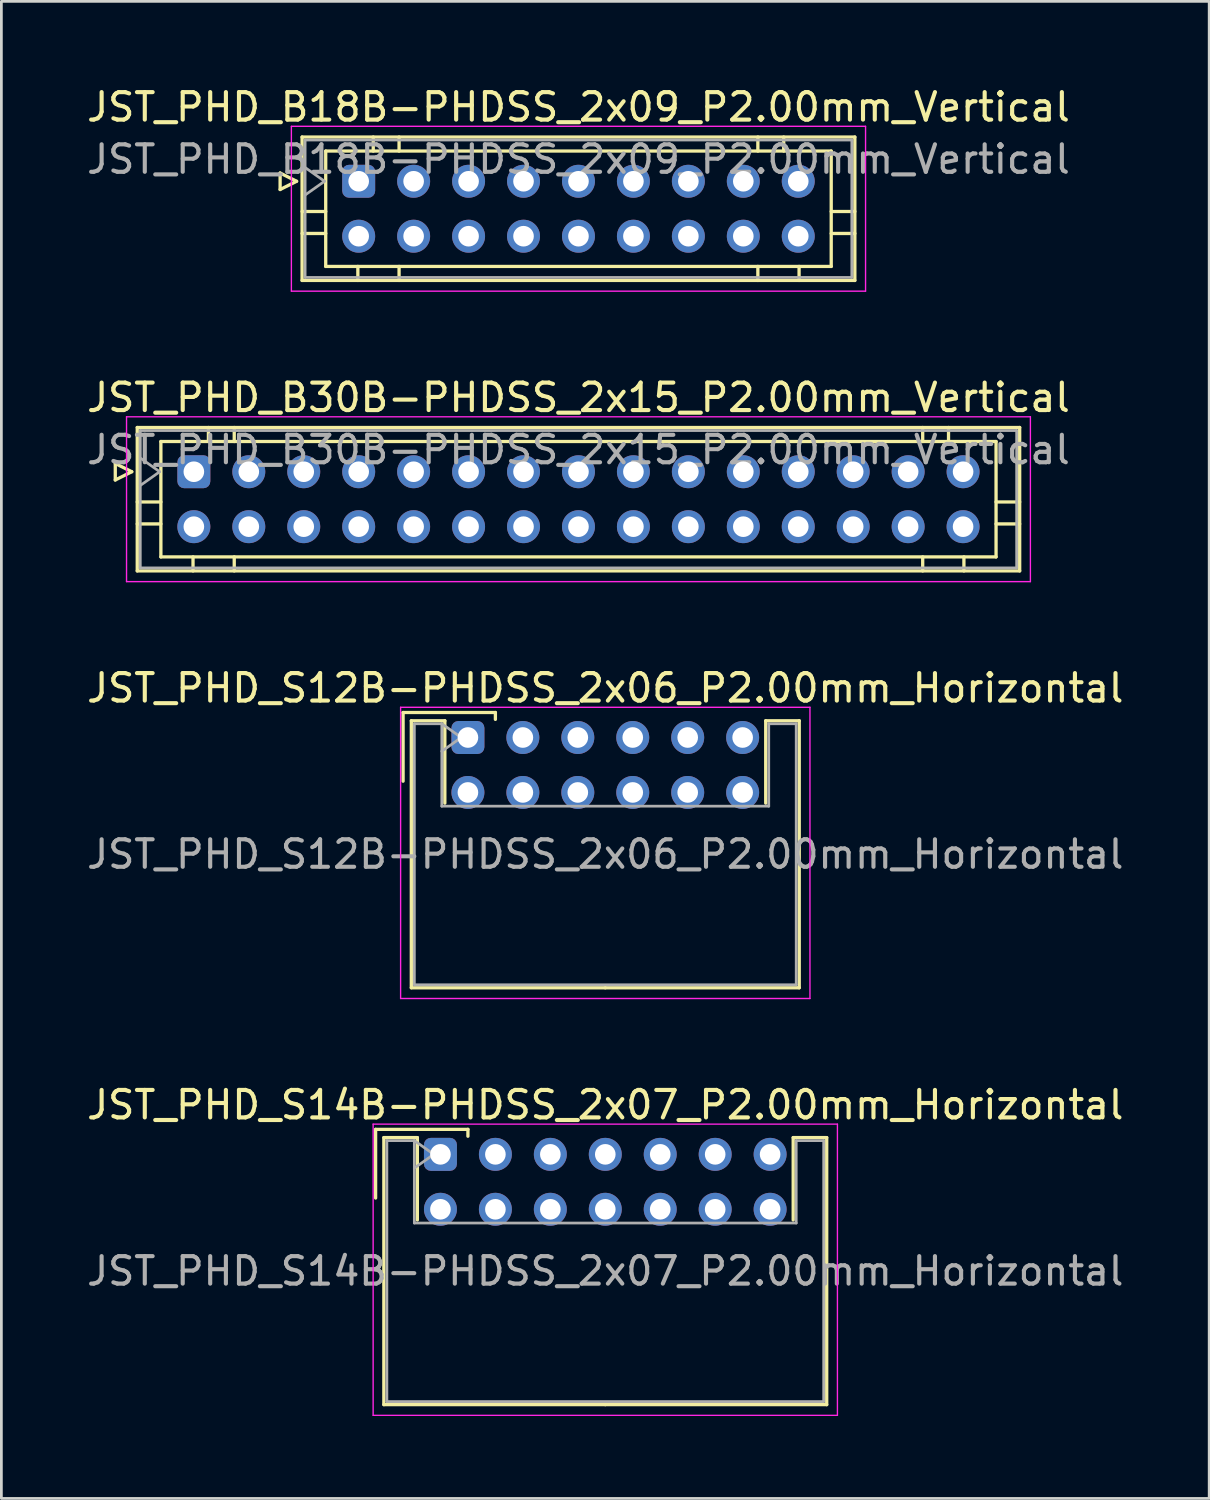
<source format=kicad_pcb>
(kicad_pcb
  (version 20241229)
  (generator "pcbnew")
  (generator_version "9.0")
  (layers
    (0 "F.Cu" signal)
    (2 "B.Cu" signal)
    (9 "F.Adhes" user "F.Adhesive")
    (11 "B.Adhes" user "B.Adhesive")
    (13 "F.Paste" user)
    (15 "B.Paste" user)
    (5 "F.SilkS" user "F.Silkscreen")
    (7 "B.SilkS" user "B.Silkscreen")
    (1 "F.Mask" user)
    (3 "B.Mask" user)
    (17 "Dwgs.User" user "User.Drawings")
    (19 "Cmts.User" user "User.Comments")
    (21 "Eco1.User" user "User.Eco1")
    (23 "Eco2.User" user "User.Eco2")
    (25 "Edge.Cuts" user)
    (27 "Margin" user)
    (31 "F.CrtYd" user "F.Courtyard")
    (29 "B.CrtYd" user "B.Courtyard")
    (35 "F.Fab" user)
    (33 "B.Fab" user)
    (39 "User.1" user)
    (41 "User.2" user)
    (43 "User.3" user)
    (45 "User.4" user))
  (footprint "JST_PHD_B18B-PHDSS_2x09_P2.00mm_Vertical"
    (layer "F.Cu")
    (at 10.006 3.548)
    (property "Reference" "JST_PHD_B18B-PHDSS_2x09_P2.00mm_Vertical" (at 8 -2.7 0) (layer "F.SilkS") (effects (font (size 1 1) (thickness 0.15))))
    (attr through_hole)
    (fp_line (start -2.86 -0.3) (end -2.26 0) (stroke (width 0.12) (type solid)) (layer "F.SilkS"))
    (fp_line (start -2.86 0.3) (end -2.86 -0.3) (stroke (width 0.12) (type solid)) (layer "F.SilkS"))
    (fp_line (start -2.26 0) (end -2.86 0.3) (stroke (width 0.12) (type solid)) (layer "F.SilkS"))
    (fp_line (start -2.06 -1.61) (end -2.06 3.61) (stroke (width 0.12) (type solid)) (layer "F.SilkS"))
    (fp_line (start -2.06 1.1) (end -1.2 1.1) (stroke (width 0.12) (type solid)) (layer "F.SilkS"))
    (fp_line (start -2.06 1.9) (end -1.2 1.9) (stroke (width 0.12) (type solid)) (layer "F.SilkS"))
    (fp_line (start -2.06 3.61) (end 18.06 3.61) (stroke (width 0.12) (type solid)) (layer "F.SilkS"))
    (fp_line (start -1.2 -1.1) (end -1.2 3.1) (stroke (width 0.12) (type solid)) (layer "F.SilkS"))
    (fp_line (start -1.2 3.1) (end 17.2 3.1) (stroke (width 0.12) (type solid)) (layer "F.SilkS"))
    (fp_line (start -0.03 3.61) (end -0.03 3.1) (stroke (width 0.12) (type solid)) (layer "F.SilkS"))
    (fp_line (start 0.53 -1.61) (end 0.53 -1.1) (stroke (width 0.12) (type solid)) (layer "F.SilkS"))
    (fp_line (start 1.47 -1.61) (end 1.47 -1.1) (stroke (width 0.12) (type solid)) (layer "F.SilkS"))
    (fp_line (start 1.47 3.61) (end 1.47 3.1) (stroke (width 0.12) (type solid)) (layer "F.SilkS"))
    (fp_line (start 14.53 -1.61) (end 14.53 -1.1) (stroke (width 0.12) (type solid)) (layer "F.SilkS"))
    (fp_line (start 14.53 3.61) (end 14.53 3.1) (stroke (width 0.12) (type solid)) (layer "F.SilkS"))
    (fp_line (start 15.47 -1.61) (end 15.47 -1.1) (stroke (width 0.12) (type solid)) (layer "F.SilkS"))
    (fp_line (start 16.03 3.61) (end 16.03 3.1) (stroke (width 0.12) (type solid)) (layer "F.SilkS"))
    (fp_line (start 17.2 -1.1) (end -1.2 -1.1) (stroke (width 0.12) (type solid)) (layer "F.SilkS"))
    (fp_line (start 17.2 3.1) (end 17.2 -1.1) (stroke (width 0.12) (type solid)) (layer "F.SilkS"))
    (fp_line (start 18.06 -1.61) (end -2.06 -1.61) (stroke (width 0.12) (type solid)) (layer "F.SilkS"))
    (fp_line (start 18.06 1.1) (end 17.2 1.1) (stroke (width 0.12) (type solid)) (layer "F.SilkS"))
    (fp_line (start 18.06 1.9) (end 17.2 1.9) (stroke (width 0.12) (type solid)) (layer "F.SilkS"))
    (fp_line (start 18.06 3.61) (end 18.06 -1.61) (stroke (width 0.12) (type solid)) (layer "F.SilkS"))
    (fp_line (start -2.45 -2) (end -2.45 4) (stroke (width 0.05) (type solid)) (layer "F.CrtYd"))
    (fp_line (start -2.45 4) (end 18.45 4) (stroke (width 0.05) (type solid)) (layer "F.CrtYd"))
    (fp_line (start 18.45 -2) (end -2.45 -2) (stroke (width 0.05) (type solid)) (layer "F.CrtYd"))
    (fp_line (start 18.45 4) (end 18.45 -2) (stroke (width 0.05) (type solid)) (layer "F.CrtYd"))
    (fp_line (start -1.95 -1.5) (end -1.95 3.5) (stroke (width 0.1) (type solid)) (layer "F.Fab"))
    (fp_line (start -1.95 0.5) (end -1.243 0) (stroke (width 0.1) (type solid)) (layer "F.Fab"))
    (fp_line (start -1.95 3.5) (end 17.95 3.5) (stroke (width 0.1) (type solid)) (layer "F.Fab"))
    (fp_line (start -1.243 0) (end -1.95 -0.5) (stroke (width 0.1) (type solid)) (layer "F.Fab"))
    (fp_line (start 17.95 -1.5) (end -1.95 -1.5) (stroke (width 0.1) (type solid)) (layer "F.Fab"))
    (fp_line (start 17.95 3.5) (end 17.95 -1.5) (stroke (width 0.1) (type solid)) (layer "F.Fab"))
    (fp_text user "${REFERENCE}" (at 8 -0.8 0) (layer "F.Fab") (effects (font (size 1 1) (thickness 0.15))))
    (pad "1" thru_hole roundrect (at 0 0) (size 1.2 1.2) (drill 0.75) (layers "*.Cu" "*.Mask") (roundrect_rratio 0.208))
    (pad "2" thru_hole circle (at 0 2) (size 1.2 1.2) (drill 0.75) (layers "*.Cu" "*.Mask"))
    (pad "3" thru_hole circle (at 2 0) (size 1.2 1.2) (drill 0.75) (layers "*.Cu" "*.Mask"))
    (pad "4" thru_hole circle (at 2 2) (size 1.2 1.2) (drill 0.75) (layers "*.Cu" "*.Mask"))
    (pad "5" thru_hole circle (at 4 0) (size 1.2 1.2) (drill 0.75) (layers "*.Cu" "*.Mask"))
    (pad "6" thru_hole circle (at 4 2) (size 1.2 1.2) (drill 0.75) (layers "*.Cu" "*.Mask"))
    (pad "7" thru_hole circle (at 6 0) (size 1.2 1.2) (drill 0.75) (layers "*.Cu" "*.Mask"))
    (pad "8" thru_hole circle (at 6 2) (size 1.2 1.2) (drill 0.75) (layers "*.Cu" "*.Mask"))
    (pad "9" thru_hole circle (at 8 0) (size 1.2 1.2) (drill 0.75) (layers "*.Cu" "*.Mask"))
    (pad "10" thru_hole circle (at 8 2) (size 1.2 1.2) (drill 0.75) (layers "*.Cu" "*.Mask"))
    (pad "11" thru_hole circle (at 10 0) (size 1.2 1.2) (drill 0.75) (layers "*.Cu" "*.Mask"))
    (pad "12" thru_hole circle (at 10 2) (size 1.2 1.2) (drill 0.75) (layers "*.Cu" "*.Mask"))
    (pad "13" thru_hole circle (at 12 0) (size 1.2 1.2) (drill 0.75) (layers "*.Cu" "*.Mask"))
    (pad "14" thru_hole circle (at 12 2) (size 1.2 1.2) (drill 0.75) (layers "*.Cu" "*.Mask"))
    (pad "15" thru_hole circle (at 14 0) (size 1.2 1.2) (drill 0.75) (layers "*.Cu" "*.Mask"))
    (pad "16" thru_hole circle (at 14 2) (size 1.2 1.2) (drill 0.75) (layers "*.Cu" "*.Mask"))
    (pad "17" thru_hole circle (at 16 0) (size 1.2 1.2) (drill 0.75) (layers "*.Cu" "*.Mask"))
    (pad "18" thru_hole circle (at 16 2) (size 1.2 1.2) (drill 0.75) (layers "*.Cu" "*.Mask")))
  (footprint "JST_PHD_S12B-PHDSS_2x06_P2.00mm_Horizontal"
    (layer "F.Cu")
    (at 13.982 23.795)
    (property "Reference" "JST_PHD_S12B-PHDSS_2x06_P2.00mm_Horizontal" (at 5 -1.8 0) (layer "F.SilkS") (effects (font (size 1 1) (thickness 0.15))))
    (attr through_hole)
    (fp_line (start -2.36 -0.91) (end -2.36 1.59) (stroke (width 0.12) (type solid)) (layer "F.SilkS"))
    (fp_line (start -2.06 -0.61) (end -2.06 9.11) (stroke (width 0.12) (type solid)) (layer "F.SilkS"))
    (fp_line (start -2.06 9.11) (end 5 9.11) (stroke (width 0.12) (type solid)) (layer "F.SilkS"))
    (fp_line (start -0.84 -0.61) (end -2.06 -0.61) (stroke (width 0.12) (type solid)) (layer "F.SilkS"))
    (fp_line (start -0.84 2.39) (end -0.84 -0.61) (stroke (width 0.12) (type solid)) (layer "F.SilkS"))
    (fp_line (start 1 -0.91) (end -2.36 -0.91) (stroke (width 0.12) (type solid)) (layer "F.SilkS"))
    (fp_line (start 1 -0.66) (end 1 -0.91) (stroke (width 0.12) (type solid)) (layer "F.SilkS"))
    (fp_line (start 10.84 -0.61) (end 12.06 -0.61) (stroke (width 0.12) (type solid)) (layer "F.SilkS"))
    (fp_line (start 10.84 2.39) (end 10.84 -0.61) (stroke (width 0.12) (type solid)) (layer "F.SilkS"))
    (fp_line (start 12.06 -0.61) (end 12.06 9.11) (stroke (width 0.12) (type solid)) (layer "F.SilkS"))
    (fp_line (start 12.06 9.11) (end 5 9.11) (stroke (width 0.12) (type solid)) (layer "F.SilkS"))
    (fp_line (start -2.45 -1.1) (end -2.45 9.5) (stroke (width 0.05) (type solid)) (layer "F.CrtYd"))
    (fp_line (start -2.45 9.5) (end 12.45 9.5) (stroke (width 0.05) (type solid)) (layer "F.CrtYd"))
    (fp_line (start 12.45 -1.1) (end -2.45 -1.1) (stroke (width 0.05) (type solid)) (layer "F.CrtYd"))
    (fp_line (start 12.45 9.5) (end 12.45 -1.1) (stroke (width 0.05) (type solid)) (layer "F.CrtYd"))
    (fp_line (start -1.95 -0.5) (end -0.95 -0.5) (stroke (width 0.1) (type solid)) (layer "F.Fab"))
    (fp_line (start -1.95 9) (end -1.95 -0.5) (stroke (width 0.1) (type solid)) (layer "F.Fab"))
    (fp_line (start -0.95 -0.5) (end -0.95 2.5) (stroke (width 0.1) (type solid)) (layer "F.Fab"))
    (fp_line (start -0.95 -0.5) (end -0.243 0) (stroke (width 0.1) (type solid)) (layer "F.Fab"))
    (fp_line (start -0.95 2.5) (end 10.95 2.5) (stroke (width 0.1) (type solid)) (layer "F.Fab"))
    (fp_line (start -0.243 0) (end -0.95 0.5) (stroke (width 0.1) (type solid)) (layer "F.Fab"))
    (fp_line (start 10.95 -0.5) (end 11.95 -0.5) (stroke (width 0.1) (type solid)) (layer "F.Fab"))
    (fp_line (start 10.95 2.5) (end 10.95 -0.5) (stroke (width 0.1) (type solid)) (layer "F.Fab"))
    (fp_line (start 11.95 -0.5) (end 11.95 9) (stroke (width 0.1) (type solid)) (layer "F.Fab"))
    (fp_line (start 11.95 9) (end -1.95 9) (stroke (width 0.1) (type solid)) (layer "F.Fab"))
    (fp_text user "${REFERENCE}" (at 5 4.25 0) (layer "F.Fab") (effects (font (size 1 1) (thickness 0.15))))
    (pad "1" thru_hole roundrect (at 0 0) (size 1.2 1.2) (drill 0.75) (layers "*.Cu" "*.Mask") (roundrect_rratio 0.208))
    (pad "2" thru_hole circle (at 0 2) (size 1.2 1.2) (drill 0.75) (layers "*.Cu" "*.Mask"))
    (pad "3" thru_hole circle (at 2 0) (size 1.2 1.2) (drill 0.75) (layers "*.Cu" "*.Mask"))
    (pad "4" thru_hole circle (at 2 2) (size 1.2 1.2) (drill 0.75) (layers "*.Cu" "*.Mask"))
    (pad "5" thru_hole circle (at 4 0) (size 1.2 1.2) (drill 0.75) (layers "*.Cu" "*.Mask"))
    (pad "6" thru_hole circle (at 4 2) (size 1.2 1.2) (drill 0.75) (layers "*.Cu" "*.Mask"))
    (pad "7" thru_hole circle (at 6 0) (size 1.2 1.2) (drill 0.75) (layers "*.Cu" "*.Mask"))
    (pad "8" thru_hole circle (at 6 2) (size 1.2 1.2) (drill 0.75) (layers "*.Cu" "*.Mask"))
    (pad "9" thru_hole circle (at 8 0) (size 1.2 1.2) (drill 0.75) (layers "*.Cu" "*.Mask"))
    (pad "10" thru_hole circle (at 8 2) (size 1.2 1.2) (drill 0.75) (layers "*.Cu" "*.Mask"))
    (pad "11" thru_hole circle (at 10 0) (size 1.2 1.2) (drill 0.75) (layers "*.Cu" "*.Mask"))
    (pad "12" thru_hole circle (at 10 2) (size 1.2 1.2) (drill 0.75) (layers "*.Cu" "*.Mask")))
  (footprint "JST_PHD_B30B-PHDSS_2x15_P2.00mm_Vertical"
    (layer "F.Cu")
    (at 4.006 14.121)
    (property "Reference" "JST_PHD_B30B-PHDSS_2x15_P2.00mm_Vertical" (at 14 -2.7 0) (layer "F.SilkS") (effects (font (size 1 1) (thickness 0.15))))
    (attr through_hole)
    (fp_line (start -2.86 -0.3) (end -2.26 0) (stroke (width 0.12) (type solid)) (layer "F.SilkS"))
    (fp_line (start -2.86 0.3) (end -2.86 -0.3) (stroke (width 0.12) (type solid)) (layer "F.SilkS"))
    (fp_line (start -2.26 0) (end -2.86 0.3) (stroke (width 0.12) (type solid)) (layer "F.SilkS"))
    (fp_line (start -2.06 -1.61) (end -2.06 3.61) (stroke (width 0.12) (type solid)) (layer "F.SilkS"))
    (fp_line (start -2.06 1.1) (end -1.2 1.1) (stroke (width 0.12) (type solid)) (layer "F.SilkS"))
    (fp_line (start -2.06 1.9) (end -1.2 1.9) (stroke (width 0.12) (type solid)) (layer "F.SilkS"))
    (fp_line (start -2.06 3.61) (end 30.06 3.61) (stroke (width 0.12) (type solid)) (layer "F.SilkS"))
    (fp_line (start -1.2 -1.1) (end -1.2 3.1) (stroke (width 0.12) (type solid)) (layer "F.SilkS"))
    (fp_line (start -1.2 3.1) (end 29.2 3.1) (stroke (width 0.12) (type solid)) (layer "F.SilkS"))
    (fp_line (start -0.03 3.61) (end -0.03 3.1) (stroke (width 0.12) (type solid)) (layer "F.SilkS"))
    (fp_line (start 0.53 -1.61) (end 0.53 -1.1) (stroke (width 0.12) (type solid)) (layer "F.SilkS"))
    (fp_line (start 1.47 -1.61) (end 1.47 -1.1) (stroke (width 0.12) (type solid)) (layer "F.SilkS"))
    (fp_line (start 1.47 3.61) (end 1.47 3.1) (stroke (width 0.12) (type solid)) (layer "F.SilkS"))
    (fp_line (start 26.53 -1.61) (end 26.53 -1.1) (stroke (width 0.12) (type solid)) (layer "F.SilkS"))
    (fp_line (start 26.53 3.61) (end 26.53 3.1) (stroke (width 0.12) (type solid)) (layer "F.SilkS"))
    (fp_line (start 27.47 -1.61) (end 27.47 -1.1) (stroke (width 0.12) (type solid)) (layer "F.SilkS"))
    (fp_line (start 28.03 3.61) (end 28.03 3.1) (stroke (width 0.12) (type solid)) (layer "F.SilkS"))
    (fp_line (start 29.2 -1.1) (end -1.2 -1.1) (stroke (width 0.12) (type solid)) (layer "F.SilkS"))
    (fp_line (start 29.2 3.1) (end 29.2 -1.1) (stroke (width 0.12) (type solid)) (layer "F.SilkS"))
    (fp_line (start 30.06 -1.61) (end -2.06 -1.61) (stroke (width 0.12) (type solid)) (layer "F.SilkS"))
    (fp_line (start 30.06 1.1) (end 29.2 1.1) (stroke (width 0.12) (type solid)) (layer "F.SilkS"))
    (fp_line (start 30.06 1.9) (end 29.2 1.9) (stroke (width 0.12) (type solid)) (layer "F.SilkS"))
    (fp_line (start 30.06 3.61) (end 30.06 -1.61) (stroke (width 0.12) (type solid)) (layer "F.SilkS"))
    (fp_line (start -2.45 -2) (end -2.45 4) (stroke (width 0.05) (type solid)) (layer "F.CrtYd"))
    (fp_line (start -2.45 4) (end 30.45 4) (stroke (width 0.05) (type solid)) (layer "F.CrtYd"))
    (fp_line (start 30.45 -2) (end -2.45 -2) (stroke (width 0.05) (type solid)) (layer "F.CrtYd"))
    (fp_line (start 30.45 4) (end 30.45 -2) (stroke (width 0.05) (type solid)) (layer "F.CrtYd"))
    (fp_line (start -1.95 -1.5) (end -1.95 3.5) (stroke (width 0.1) (type solid)) (layer "F.Fab"))
    (fp_line (start -1.95 0.5) (end -1.243 0) (stroke (width 0.1) (type solid)) (layer "F.Fab"))
    (fp_line (start -1.95 3.5) (end 29.95 3.5) (stroke (width 0.1) (type solid)) (layer "F.Fab"))
    (fp_line (start -1.243 0) (end -1.95 -0.5) (stroke (width 0.1) (type solid)) (layer "F.Fab"))
    (fp_line (start 29.95 -1.5) (end -1.95 -1.5) (stroke (width 0.1) (type solid)) (layer "F.Fab"))
    (fp_line (start 29.95 3.5) (end 29.95 -1.5) (stroke (width 0.1) (type solid)) (layer "F.Fab"))
    (fp_text user "${REFERENCE}" (at 14 -0.8 0) (layer "F.Fab") (effects (font (size 1 1) (thickness 0.15))))
    (pad "1" thru_hole roundrect (at 0 0) (size 1.2 1.2) (drill 0.75) (layers "*.Cu" "*.Mask") (roundrect_rratio 0.208))
    (pad "2" thru_hole circle (at 0 2) (size 1.2 1.2) (drill 0.75) (layers "*.Cu" "*.Mask"))
    (pad "3" thru_hole circle (at 2 0) (size 1.2 1.2) (drill 0.75) (layers "*.Cu" "*.Mask"))
    (pad "4" thru_hole circle (at 2 2) (size 1.2 1.2) (drill 0.75) (layers "*.Cu" "*.Mask"))
    (pad "5" thru_hole circle (at 4 0) (size 1.2 1.2) (drill 0.75) (layers "*.Cu" "*.Mask"))
    (pad "6" thru_hole circle (at 4 2) (size 1.2 1.2) (drill 0.75) (layers "*.Cu" "*.Mask"))
    (pad "7" thru_hole circle (at 6 0) (size 1.2 1.2) (drill 0.75) (layers "*.Cu" "*.Mask"))
    (pad "8" thru_hole circle (at 6 2) (size 1.2 1.2) (drill 0.75) (layers "*.Cu" "*.Mask"))
    (pad "9" thru_hole circle (at 8 0) (size 1.2 1.2) (drill 0.75) (layers "*.Cu" "*.Mask"))
    (pad "10" thru_hole circle (at 8 2) (size 1.2 1.2) (drill 0.75) (layers "*.Cu" "*.Mask"))
    (pad "11" thru_hole circle (at 10 0) (size 1.2 1.2) (drill 0.75) (layers "*.Cu" "*.Mask"))
    (pad "12" thru_hole circle (at 10 2) (size 1.2 1.2) (drill 0.75) (layers "*.Cu" "*.Mask"))
    (pad "13" thru_hole circle (at 12 0) (size 1.2 1.2) (drill 0.75) (layers "*.Cu" "*.Mask"))
    (pad "14" thru_hole circle (at 12 2) (size 1.2 1.2) (drill 0.75) (layers "*.Cu" "*.Mask"))
    (pad "15" thru_hole circle (at 14 0) (size 1.2 1.2) (drill 0.75) (layers "*.Cu" "*.Mask"))
    (pad "16" thru_hole circle (at 14 2) (size 1.2 1.2) (drill 0.75) (layers "*.Cu" "*.Mask"))
    (pad "17" thru_hole circle (at 16 0) (size 1.2 1.2) (drill 0.75) (layers "*.Cu" "*.Mask"))
    (pad "18" thru_hole circle (at 16 2) (size 1.2 1.2) (drill 0.75) (layers "*.Cu" "*.Mask"))
    (pad "19" thru_hole circle (at 18 0) (size 1.2 1.2) (drill 0.75) (layers "*.Cu" "*.Mask"))
    (pad "20" thru_hole circle (at 18 2) (size 1.2 1.2) (drill 0.75) (layers "*.Cu" "*.Mask"))
    (pad "21" thru_hole circle (at 20 0) (size 1.2 1.2) (drill 0.75) (layers "*.Cu" "*.Mask"))
    (pad "22" thru_hole circle (at 20 2) (size 1.2 1.2) (drill 0.75) (layers "*.Cu" "*.Mask"))
    (pad "23" thru_hole circle (at 22 0) (size 1.2 1.2) (drill 0.75) (layers "*.Cu" "*.Mask"))
    (pad "24" thru_hole circle (at 22 2) (size 1.2 1.2) (drill 0.75) (layers "*.Cu" "*.Mask"))
    (pad "25" thru_hole circle (at 24 0) (size 1.2 1.2) (drill 0.75) (layers "*.Cu" "*.Mask"))
    (pad "26" thru_hole circle (at 24 2) (size 1.2 1.2) (drill 0.75) (layers "*.Cu" "*.Mask"))
    (pad "27" thru_hole circle (at 26 0) (size 1.2 1.2) (drill 0.75) (layers "*.Cu" "*.Mask"))
    (pad "28" thru_hole circle (at 26 2) (size 1.2 1.2) (drill 0.75) (layers "*.Cu" "*.Mask"))
    (pad "29" thru_hole circle (at 28 0) (size 1.2 1.2) (drill 0.75) (layers "*.Cu" "*.Mask"))
    (pad "30" thru_hole circle (at 28 2) (size 1.2 1.2) (drill 0.75) (layers "*.Cu" "*.Mask")))
  (footprint "JST_PHD_S14B-PHDSS_2x07_P2.00mm_Horizontal"
    (layer "F.Cu")
    (at 12.982 38.968)
    (property "Reference" "JST_PHD_S14B-PHDSS_2x07_P2.00mm_Horizontal" (at 6 -1.8 0) (layer "F.SilkS") (effects (font (size 1 1) (thickness 0.15))))
    (attr through_hole)
    (fp_line (start -2.36 -0.91) (end -2.36 1.59) (stroke (width 0.12) (type solid)) (layer "F.SilkS"))
    (fp_line (start -2.06 -0.61) (end -2.06 9.11) (stroke (width 0.12) (type solid)) (layer "F.SilkS"))
    (fp_line (start -2.06 9.11) (end 6 9.11) (stroke (width 0.12) (type solid)) (layer "F.SilkS"))
    (fp_line (start -0.84 -0.61) (end -2.06 -0.61) (stroke (width 0.12) (type solid)) (layer "F.SilkS"))
    (fp_line (start -0.84 2.39) (end -0.84 -0.61) (stroke (width 0.12) (type solid)) (layer "F.SilkS"))
    (fp_line (start 1 -0.91) (end -2.36 -0.91) (stroke (width 0.12) (type solid)) (layer "F.SilkS"))
    (fp_line (start 1 -0.66) (end 1 -0.91) (stroke (width 0.12) (type solid)) (layer "F.SilkS"))
    (fp_line (start 12.84 -0.61) (end 14.06 -0.61) (stroke (width 0.12) (type solid)) (layer "F.SilkS"))
    (fp_line (start 12.84 2.39) (end 12.84 -0.61) (stroke (width 0.12) (type solid)) (layer "F.SilkS"))
    (fp_line (start 14.06 -0.61) (end 14.06 9.11) (stroke (width 0.12) (type solid)) (layer "F.SilkS"))
    (fp_line (start 14.06 9.11) (end 6 9.11) (stroke (width 0.12) (type solid)) (layer "F.SilkS"))
    (fp_line (start -2.45 -1.1) (end -2.45 9.5) (stroke (width 0.05) (type solid)) (layer "F.CrtYd"))
    (fp_line (start -2.45 9.5) (end 14.45 9.5) (stroke (width 0.05) (type solid)) (layer "F.CrtYd"))
    (fp_line (start 14.45 -1.1) (end -2.45 -1.1) (stroke (width 0.05) (type solid)) (layer "F.CrtYd"))
    (fp_line (start 14.45 9.5) (end 14.45 -1.1) (stroke (width 0.05) (type solid)) (layer "F.CrtYd"))
    (fp_line (start -1.95 -0.5) (end -0.95 -0.5) (stroke (width 0.1) (type solid)) (layer "F.Fab"))
    (fp_line (start -1.95 9) (end -1.95 -0.5) (stroke (width 0.1) (type solid)) (layer "F.Fab"))
    (fp_line (start -0.95 -0.5) (end -0.95 2.5) (stroke (width 0.1) (type solid)) (layer "F.Fab"))
    (fp_line (start -0.95 -0.5) (end -0.243 0) (stroke (width 0.1) (type solid)) (layer "F.Fab"))
    (fp_line (start -0.95 2.5) (end 12.95 2.5) (stroke (width 0.1) (type solid)) (layer "F.Fab"))
    (fp_line (start -0.243 0) (end -0.95 0.5) (stroke (width 0.1) (type solid)) (layer "F.Fab"))
    (fp_line (start 12.95 -0.5) (end 13.95 -0.5) (stroke (width 0.1) (type solid)) (layer "F.Fab"))
    (fp_line (start 12.95 2.5) (end 12.95 -0.5) (stroke (width 0.1) (type solid)) (layer "F.Fab"))
    (fp_line (start 13.95 -0.5) (end 13.95 9) (stroke (width 0.1) (type solid)) (layer "F.Fab"))
    (fp_line (start 13.95 9) (end -1.95 9) (stroke (width 0.1) (type solid)) (layer "F.Fab"))
    (fp_text user "${REFERENCE}" (at 6 4.25 0) (layer "F.Fab") (effects (font (size 1 1) (thickness 0.15))))
    (pad "1" thru_hole roundrect (at 0 0) (size 1.2 1.2) (drill 0.75) (layers "*.Cu" "*.Mask") (roundrect_rratio 0.208))
    (pad "2" thru_hole circle (at 0 2) (size 1.2 1.2) (drill 0.75) (layers "*.Cu" "*.Mask"))
    (pad "3" thru_hole circle (at 2 0) (size 1.2 1.2) (drill 0.75) (layers "*.Cu" "*.Mask"))
    (pad "4" thru_hole circle (at 2 2) (size 1.2 1.2) (drill 0.75) (layers "*.Cu" "*.Mask"))
    (pad "5" thru_hole circle (at 4 0) (size 1.2 1.2) (drill 0.75) (layers "*.Cu" "*.Mask"))
    (pad "6" thru_hole circle (at 4 2) (size 1.2 1.2) (drill 0.75) (layers "*.Cu" "*.Mask"))
    (pad "7" thru_hole circle (at 6 0) (size 1.2 1.2) (drill 0.75) (layers "*.Cu" "*.Mask"))
    (pad "8" thru_hole circle (at 6 2) (size 1.2 1.2) (drill 0.75) (layers "*.Cu" "*.Mask"))
    (pad "9" thru_hole circle (at 8 0) (size 1.2 1.2) (drill 0.75) (layers "*.Cu" "*.Mask"))
    (pad "10" thru_hole circle (at 8 2) (size 1.2 1.2) (drill 0.75) (layers "*.Cu" "*.Mask"))
    (pad "11" thru_hole circle (at 10 0) (size 1.2 1.2) (drill 0.75) (layers "*.Cu" "*.Mask"))
    (pad "12" thru_hole circle (at 10 2) (size 1.2 1.2) (drill 0.75) (layers "*.Cu" "*.Mask"))
    (pad "13" thru_hole circle (at 12 0) (size 1.2 1.2) (drill 0.75) (layers "*.Cu" "*.Mask"))
    (pad "14" thru_hole circle (at 12 2) (size 1.2 1.2) (drill 0.75) (layers "*.Cu" "*.Mask")))
  (gr_rect
    (start -3 -3)
    (end 40.964 51.493)
    (stroke (width 0.1) (type default))
    (fill no)
    (layer "Edge.Cuts")))
</source>
